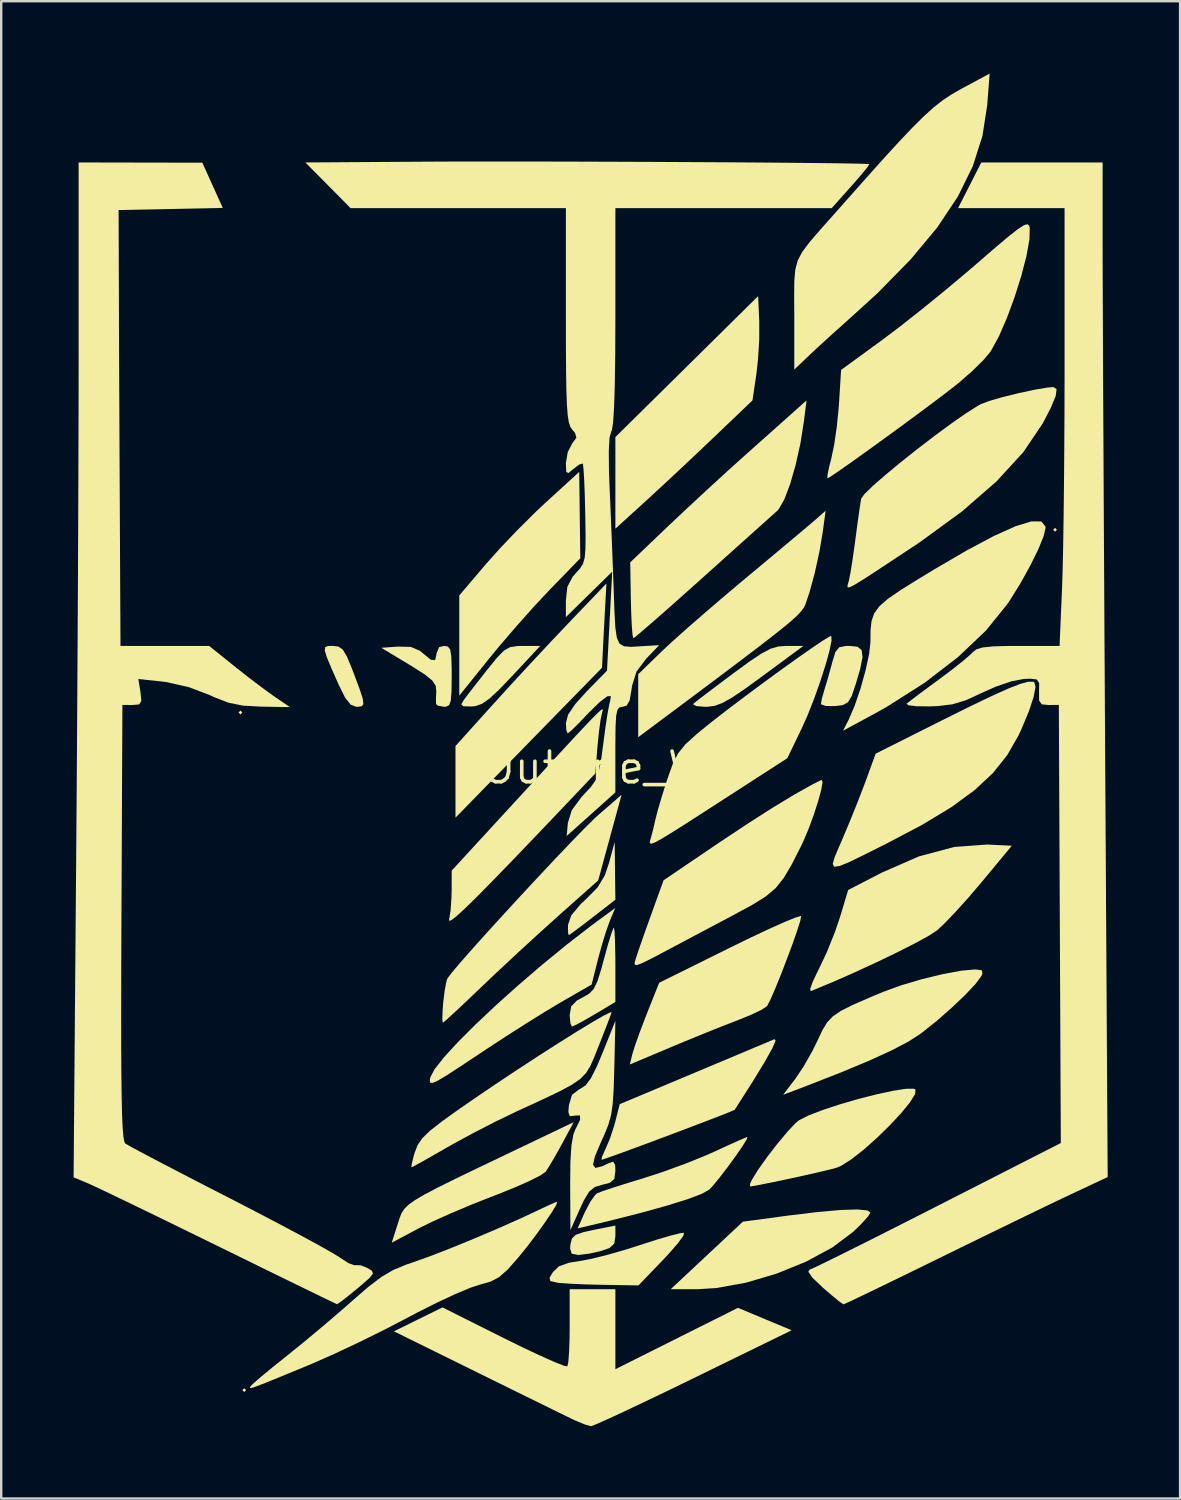
<source format=kicad_pcb>
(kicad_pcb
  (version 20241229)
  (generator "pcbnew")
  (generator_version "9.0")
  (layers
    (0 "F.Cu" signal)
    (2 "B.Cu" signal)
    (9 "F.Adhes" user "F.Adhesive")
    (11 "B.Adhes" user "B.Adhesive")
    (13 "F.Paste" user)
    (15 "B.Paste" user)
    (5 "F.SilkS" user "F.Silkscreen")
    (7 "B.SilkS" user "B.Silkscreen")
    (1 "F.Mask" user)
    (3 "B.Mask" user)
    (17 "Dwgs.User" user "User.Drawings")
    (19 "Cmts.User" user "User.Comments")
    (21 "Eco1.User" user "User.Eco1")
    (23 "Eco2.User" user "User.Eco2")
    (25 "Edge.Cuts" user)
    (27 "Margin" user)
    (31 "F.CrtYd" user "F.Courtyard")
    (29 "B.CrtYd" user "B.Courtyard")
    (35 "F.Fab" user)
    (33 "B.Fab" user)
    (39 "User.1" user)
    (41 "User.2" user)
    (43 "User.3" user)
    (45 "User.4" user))
  (footprint "Outline_W"
    (layer "F.Cu")
    (at 21.507 28.767)
    (property "Reference" "Outline_W" (at 0 0 0) (layer "F.SilkS") (effects (font (size 1.27 1.27) (thickness 0.15))))
    (attr board_only exclude_from_pos_files exclude_from_bom)
    (fp_poly (pts (xy -14.514 -2.288) (xy -14.593 -2.209) (xy -14.672 -2.288) (xy -14.593 -2.366)) (stroke (width 0) (type solid)) (fill yes) (layer "F.SilkS"))
    (fp_poly (pts (xy -14.357 25.794) (xy -14.435 25.873) (xy -14.514 25.794) (xy -14.435 25.716)) (stroke (width 0) (type solid)) (fill yes) (layer "F.SilkS"))
    (fp_poly (pts (xy 19.247 -9.86) (xy 19.168 -9.781) (xy 19.089 -9.86) (xy 19.168 -9.939)) (stroke (width 0) (type solid)) (fill yes) (layer "F.SilkS"))
    (fp_poly (pts (xy 0.525 -6.697) (xy 0.487 -6.002) (xy 0.45 -5.281) (xy 0.433 -4.951) (xy 0.394 -4.144) (xy -2.643 -1.037) (xy -5.68 2.071) (xy -5.68 0.586) (xy -5.68 -0.898) (xy -4.13 -2.618) (xy -3.39 -3.431) (xy -2.543 -4.348) (xy -1.696 -5.254) (xy -1.001 -5.987) (xy 0.577 -7.635)) (stroke (width 0) (type solid)) (fill yes) (layer "F.SilkS"))
    (fp_poly (pts (xy 0.947 19.419) (xy 0.899 19.728) (xy 0.699 19.909) (xy 0.355 20.028) (xy -0.136 20.138) (xy -0.559 20.192) (xy -0.602 20.193) (xy -0.863 20.141) (xy -0.93 19.919) (xy -0.918 19.766) (xy -0.857 19.517) (xy -0.696 19.359) (xy -0.357 19.242) (xy 0.039 19.156) (xy 0.947 18.976)) (stroke (width 0) (type solid)) (fill yes) (layer "F.SilkS"))
    (fp_poly (pts (xy -0.53 -10.469) (xy -0.507 -8.68) (xy -1.773 -7.377) (xy -2.419 -6.687) (xy -3.151 -5.867) (xy -3.863 -5.037) (xy -4.28 -4.53) (xy -5.522 -2.987) (xy -5.522 -5.063) (xy -5.522 -7.14) (xy -4.425 -8.431) (xy -3.82 -9.108) (xy -3.088 -9.874) (xy -2.342 -10.614) (xy -1.94 -10.991) (xy -0.552 -12.259)) (stroke (width 0) (type solid)) (fill yes) (layer "F.SilkS"))
    (fp_poly (pts (xy 0.932 4.274) (xy 0.947 5.471) (xy -0.000212 6.206) (xy -0.457 6.557) (xy -0.806 6.817) (xy -0.983 6.938) (xy -0.991 6.942) (xy -1.018 6.806) (xy -1.017 6.516) (xy -0.881 6.119) (xy -0.489 5.65) (xy -0.274 5.451) (xy 0.21 4.961) (xy 0.508 4.465) (xy 0.684 3.944) (xy 0.918 3.076)) (stroke (width 0) (type solid)) (fill yes) (layer "F.SilkS"))
    (fp_poly (pts (xy 6.91 -18.501) (xy 6.91 -17.761) (xy 6.859 -16.923) (xy 6.794 -16.34) (xy 6.63 -15.224) (xy 5.011 -13.677) (xy 4.286 -12.989) (xy 3.51 -12.258) (xy 2.773 -11.573) (xy 2.171 -11.019) (xy 2.169 -11.017) (xy 0.947 -9.906) (xy 0.947 -11.804) (xy 0.947 -13.702) (xy 3.905 -16.623) (xy 6.863 -19.545)) (stroke (width 0) (type solid)) (fill yes) (layer "F.SilkS"))
    (fp_poly (pts (xy 11.388 18.347) (xy 11.517 18.438) (xy 11.409 18.61) (xy 11.128 18.918) (xy 10.792 19.244) (xy 9.936 19.885) (xy 8.854 20.469) (xy 7.634 20.966) (xy 6.363 21.342) (xy 5.131 21.565) (xy 4.344 21.614) (xy 3.239 21.614) (xy 4.735 20.214) (xy 6.232 18.814) (xy 8.146 18.557) (xy 9.328 18.414) (xy 10.275 18.331) (xy 10.968 18.308)) (stroke (width 0) (type solid)) (fill yes) (layer "F.SilkS"))
    (fp_poly (pts (xy -3.331 -3.8) (xy -3.878 -3.229) (xy -4.277 -2.859) (xy -4.582 -2.648) (xy -4.848 -2.554) (xy -5.018 -2.538) (xy -5.358 -2.546) (xy -5.439 -2.628) (xy -5.333 -2.81) (xy -5.138 -3.069) (xy -4.812 -3.49) (xy -4.419 -3.991) (xy -4.355 -4.072) (xy -3.956 -4.562) (xy -3.67 -4.853) (xy -3.418 -4.996) (xy -3.12 -5.044) (xy -2.874 -5.048) (xy -2.167 -5.048)) (stroke (width 0) (type solid)) (fill yes) (layer "F.SilkS"))
    (fp_poly (pts (xy -10.53 -5.021) (xy -10.354 -4.898) (xy -10.184 -4.617) (xy -9.976 -4.119) (xy -9.894 -3.905) (xy -9.654 -3.262) (xy -9.522 -2.858) (xy -9.495 -2.637) (xy -9.568 -2.545) (xy -9.737 -2.524) (xy -9.79 -2.524) (xy -10.021 -2.61) (xy -10.252 -2.9) (xy -10.517 -3.431) (xy -10.827 -4.133) (xy -11.019 -4.595) (xy -11.099 -4.868) (xy -11.076 -5.001) (xy -10.956 -5.045) (xy -10.761 -5.048)) (stroke (width 0) (type solid)) (fill yes) (layer "F.SilkS"))
    (fp_poly (pts (xy 7.03 -3.786) (xy 6.309 -3.262) (xy 5.779 -2.904) (xy 5.383 -2.682) (xy 5.067 -2.566) (xy 4.773 -2.526) (xy 4.68 -2.524) (xy 4.308 -2.552) (xy 4.169 -2.625) (xy 4.189 -2.66) (xy 4.368 -2.804) (xy 4.746 -3.092) (xy 5.265 -3.484) (xy 5.851 -3.922) (xy 6.521 -4.412) (xy 7.009 -4.736) (xy 7.377 -4.929) (xy 7.69 -5.022) (xy 8.012 -5.048) (xy 8.051 -5.048) (xy 8.739 -5.048)) (stroke (width 0) (type solid)) (fill yes) (layer "F.SilkS"))
    (fp_poly (pts (xy 10.979 -5.013) (xy 11.154 -4.875) (xy 11.19 -4.584) (xy 11.093 -4.092) (xy 10.911 -3.471) (xy 10.745 -2.98) (xy 10.591 -2.714) (xy 10.378 -2.598) (xy 10.053 -2.554) (xy 9.675 -2.557) (xy 9.475 -2.624) (xy 9.466 -2.649) (xy 9.511 -2.891) (xy 9.616 -3.25) (xy 9.754 -3.705) (xy 9.906 -4.256) (xy 9.937 -4.378) (xy 10.066 -4.797) (xy 10.225 -4.991) (xy 10.506 -5.046) (xy 10.655 -5.048)) (stroke (width 0) (type solid)) (fill yes) (layer "F.SilkS"))
    (fp_poly (pts (xy 0.91 6.773) (xy 0.931 7.167) (xy 0.944 7.742) (xy 0.947 8.167) (xy 0.947 9.708) (xy 0.094 10.218) (xy -0.364 10.483) (xy -0.708 10.668) (xy -0.853 10.728) (xy -0.919 10.591) (xy -0.947 10.259) (xy -0.947 10.252) (xy -0.885 9.892) (xy -0.644 9.646) (xy -0.413 9.522) (xy -0.145 9.371) (xy 0.046 9.174) (xy 0.201 8.858) (xy 0.361 8.35) (xy 0.47 7.947) (xy 0.633 7.354) (xy 0.772 6.899) (xy 0.863 6.652) (xy 0.883 6.626)) (stroke (width 0) (type solid)) (fill yes) (layer "F.SilkS"))
    (fp_poly (pts (xy 3.761 19.403) (xy 3.544 19.701) (xy 3.183 20.118) (xy 2.927 20.392) (xy 1.904 21.456) (xy 0.439 21.432) (xy -0.262 21.415) (xy -0.889 21.388) (xy -1.342 21.357) (xy -1.456 21.343) (xy -1.752 21.275) (xy -1.78 21.136) (xy -1.649 20.915) (xy -1.396 20.667) (xy -0.982 20.518) (xy -0.578 20.454) (xy -0.076 20.361) (xy 0.619 20.189) (xy 1.401 19.964) (xy 1.946 19.79) (xy 2.636 19.568) (xy 3.219 19.396) (xy 3.629 19.294) (xy 3.794 19.276)) (stroke (width 0) (type solid)) (fill yes) (layer "F.SilkS"))
    (fp_poly (pts (xy -1.264 15.588) (xy -1.549 16.101) (xy -1.802 16.529) (xy -1.946 16.748) (xy -2.162 16.899) (xy -2.614 17.127) (xy -3.238 17.403) (xy -3.972 17.698) (xy -4.109 17.75) (xy -4.972 18.089) (xy -5.85 18.458) (xy -6.635 18.811) (xy -7.198 19.088) (xy -8.321 19.686) (xy -8.07 18.899) (xy -7.995 18.664) (xy -7.918 18.469) (xy -7.808 18.293) (xy -7.634 18.118) (xy -7.366 17.925) (xy -6.974 17.694) (xy -6.428 17.407) (xy -5.697 17.045) (xy -4.751 16.588) (xy -3.559 16.018) (xy -3.19 15.842) (xy -0.78 14.69)) (stroke (width 0) (type solid)) (fill yes) (layer "F.SilkS"))
    (fp_poly (pts (xy 16.434 3.188) (xy 17.376 3.234) (xy 16.128 4.74) (xy 15.584 5.378) (xy 15.047 5.974) (xy 14.583 6.458) (xy 14.279 6.742) (xy 13.948 6.958) (xy 13.385 7.268) (xy 12.647 7.642) (xy 11.795 8.053) (xy 10.885 8.473) (xy 9.977 8.873) (xy 9.129 9.225) (xy 9.044 9.259) (xy 9.02 9.171) (xy 9.127 8.868) (xy 9.343 8.414) (xy 9.385 8.334) (xy 9.716 7.633) (xy 10.042 6.822) (xy 10.253 6.202) (xy 10.595 5.068) (xy 11.984 4.35) (xy 13.531 3.674) (xy 14.993 3.284) (xy 16.355 3.184)) (stroke (width 0) (type solid)) (fill yes) (layer "F.SilkS"))
    (fp_poly (pts (xy 0.714 6.355) (xy 0.556 6.797) (xy 0.371 7.404) (xy 0.226 7.941) (xy -0.037 8.986) (xy -1.32 9.725) (xy -1.922 10.085) (xy -2.699 10.568) (xy -3.563 11.119) (xy -4.428 11.684) (xy -4.715 11.875) (xy -5.5 12.397) (xy -6.059 12.759) (xy -6.427 12.977) (xy -6.641 13.068) (xy -6.735 13.05) (xy -6.744 12.939) (xy -6.724 12.835) (xy -6.549 12.5) (xy -6.157 12.002) (xy -5.58 11.373) (xy -4.851 10.644) (xy -4.003 9.845) (xy -3.068 9.007) (xy -2.08 8.16) (xy -1.072 7.335) (xy -0.075 6.562) (xy 0.273 6.304) (xy 0.94 5.815)) (stroke (width 0) (type solid)) (fill yes) (layer "F.SilkS"))
    (fp_poly (pts (xy -5.996 -5.022) (xy -5.901 -4.901) (xy -5.854 -4.621) (xy -5.838 -4.119) (xy -5.837 -3.786) (xy -5.844 -3.157) (xy -5.874 -2.781) (xy -5.944 -2.592) (xy -6.07 -2.529) (xy -6.153 -2.524) (xy -6.417 -2.574) (xy -6.485 -2.643) (xy -6.489 -2.876) (xy -6.476 -3.171) (xy -6.5 -3.397) (xy -6.638 -3.609) (xy -6.941 -3.857) (xy -7.462 -4.19) (xy -7.603 -4.275) (xy -8.756 -4.97) (xy -8.067 -5.019) (xy -7.53 -5.006) (xy -7.157 -4.847) (xy -7.031 -4.743) (xy -6.701 -4.475) (xy -6.525 -4.459) (xy -6.469 -4.693) (xy -6.468 -4.733) (xy -6.357 -4.997) (xy -6.153 -5.048)) (stroke (width 0) (type solid)) (fill yes) (layer "F.SilkS"))
    (fp_poly (pts (xy 0.427 -2.39) (xy 0.405 -2.307) (xy 0.398 -2.288) (xy 0.332 -1.974) (xy 0.262 -1.459) (xy 0.204 -0.868) (xy 0.116 0.237) (xy -1.082 1.499) (xy -2.299 2.777) (xy -3.314 3.837) (xy -4.143 4.691) (xy -4.797 5.354) (xy -5.29 5.837) (xy -5.637 6.155) (xy -5.849 6.319) (xy -5.941 6.345) (xy -5.942 6.291) (xy -5.883 5.914) (xy -5.846 5.379) (xy -5.839 5.091) (xy -5.837 4.265) (xy -3.26 1.462) (xy -2.264 0.379) (xy -1.461 -0.493) (xy -0.831 -1.173) (xy -0.355 -1.683) (xy -0.012 -2.042) (xy 0.218 -2.272) (xy 0.354 -2.393) (xy 0.417 -2.426)) (stroke (width 0) (type solid)) (fill yes) (layer "F.SilkS"))
    (fp_poly (pts (xy 6.384 15.416) (xy 6.2 15.709) (xy 5.919 16.115) (xy 5.589 16.567) (xy 5.259 16.997) (xy 4.978 17.338) (xy 4.841 17.484) (xy 4.532 17.659) (xy 3.935 17.884) (xy 3.075 18.152) (xy 1.975 18.457) (xy 0.657 18.79) (xy -0.19 18.992) (xy -0.617 19.092) (xy -0.317 18.42) (xy -0.095 17.993) (xy 0.117 17.697) (xy 0.188 17.638) (xy 0.418 17.549) (xy 0.878 17.396) (xy 1.497 17.2) (xy 2.051 17.032) (xy 2.92 16.749) (xy 3.854 16.409) (xy 4.703 16.066) (xy 5.031 15.92) (xy 5.616 15.651) (xy 6.084 15.441) (xy 6.368 15.32) (xy 6.421 15.303)) (stroke (width 0) (type solid)) (fill yes) (layer "F.SilkS"))
    (fp_poly (pts (xy 0.719 2.898) (xy 0.235 4.671) (xy -1.421 6.144) (xy -2.214 6.859) (xy -3.103 7.675) (xy -3.97 8.484) (xy -4.612 9.094) (xy -5.178 9.634) (xy -5.659 10.086) (xy -6.011 10.409) (xy -6.192 10.563) (xy -6.205 10.57) (xy -6.225 10.429) (xy -6.214 10.065) (xy -6.189 9.742) (xy -6.128 9.238) (xy -6.055 8.856) (xy -6.015 8.736) (xy -5.846 8.51) (xy -5.495 8.094) (xy -4.996 7.526) (xy -4.384 6.845) (xy -3.696 6.089) (xy -2.966 5.295) (xy -2.229 4.503) (xy -1.521 3.749) (xy -0.877 3.073) (xy -0.331 2.512) (xy 0.08 2.105) (xy 0.256 1.943) (xy 1.203 1.125)) (stroke (width 0) (type solid)) (fill yes) (layer "F.SilkS"))
    (fp_poly (pts (xy 7.587 11.315) (xy 7.452 11.628) (xy 7.137 12.192) (xy 6.639 13.007) (xy 5.957 14.076) (xy 5.893 14.176) (xy 5.744 14.243) (xy 5.355 14.398) (xy 4.783 14.62) (xy 4.084 14.886) (xy 3.316 15.177) (xy 2.534 15.47) (xy 1.796 15.744) (xy 1.158 15.978) (xy 0.676 16.151) (xy 0.407 16.241) (xy 0.373 16.25) (xy 0.391 16.129) (xy 0.523 15.833) (xy 0.54 15.8) (xy 0.727 15.356) (xy 0.908 14.803) (xy 0.949 14.647) (xy 1.126 13.944) (xy 4.231 12.642) (xy 5.162 12.251) (xy 6.001 11.899) (xy 6.701 11.604) (xy 7.218 11.387) (xy 7.505 11.266) (xy 7.541 11.25)) (stroke (width 0) (type solid)) (fill yes) (layer "F.SilkS"))
    (fp_poly (pts (xy 8.647 6.153) (xy 8.611 6.344) (xy 8.482 6.754) (xy 8.285 7.315) (xy 8.047 7.954) (xy 7.797 8.6) (xy 7.56 9.184) (xy 7.363 9.633) (xy 7.234 9.878) (xy 7.229 9.884) (xy 7.018 10.026) (xy 6.598 10.229) (xy 6.057 10.45) (xy 6.028 10.461) (xy 5.431 10.692) (xy 4.658 11.001) (xy 3.824 11.342) (xy 3.257 11.579) (xy 1.545 12.3) (xy 1.651 11.869) (xy 1.758 11.523) (xy 1.949 10.986) (xy 2.188 10.357) (xy 2.259 10.176) (xy 2.761 8.914) (xy 5.68 7.467) (xy 6.555 7.04) (xy 7.33 6.676) (xy 7.963 6.393) (xy 8.411 6.211) (xy 8.631 6.147)) (stroke (width 0) (type solid)) (fill yes) (layer "F.SilkS"))
    (fp_poly (pts (xy 9.543 -9.781) (xy 9.403 -8.951) (xy 9.21 -8.071) (xy 8.992 -7.268) (xy 8.816 -6.751) (xy 8.75 -6.621) (xy 8.64 -6.473) (xy 8.461 -6.286) (xy 8.189 -6.042) (xy 7.799 -5.721) (xy 7.268 -5.304) (xy 6.572 -4.77) (xy 5.686 -4.1) (xy 4.586 -3.275) (xy 3.747 -2.648) (xy 1.893 -1.264) (xy 1.893 -2.569) (xy 1.893 -3.874) (xy 2.879 -4.832) (xy 3.314 -5.237) (xy 3.936 -5.792) (xy 4.687 -6.446) (xy 5.51 -7.151) (xy 6.349 -7.857) (xy 6.389 -7.89) (xy 7.172 -8.542) (xy 7.893 -9.145) (xy 8.51 -9.661) (xy 8.978 -10.056) (xy 9.256 -10.293) (xy 9.286 -10.32) (xy 9.659 -10.649)) (stroke (width 0) (type solid)) (fill yes) (layer "F.SilkS"))
    (fp_poly (pts (xy 16.134 8.395) (xy 16.159 8.539) (xy 16.108 8.647) (xy 15.865 8.972) (xy 15.433 9.429) (xy 14.877 9.957) (xy 14.26 10.497) (xy 13.644 10.989) (xy 13.582 11.035) (xy 13.083 11.356) (xy 12.383 11.722) (xy 11.459 12.144) (xy 10.286 12.633) (xy 8.842 13.198) (xy 8.328 13.394) (xy 7.9 13.556) (xy 8.407 12.891) (xy 8.756 12.369) (xy 9.122 11.722) (xy 9.342 11.272) (xy 9.534 10.865) (xy 9.722 10.555) (xy 9.961 10.304) (xy 10.302 10.073) (xy 10.798 9.824) (xy 11.503 9.517) (xy 12.042 9.291) (xy 12.785 9.02) (xy 13.641 8.767) (xy 14.509 8.556) (xy 15.286 8.412) (xy 15.854 8.361)) (stroke (width 0) (type solid)) (fill yes) (layer "F.SilkS"))
    (fp_poly (pts (xy 9.534 0.595) (xy 9.48 0.911) (xy 9.352 1.385) (xy 9.171 1.947) (xy 8.957 2.529) (xy 8.731 3.064) (xy 8.65 3.234) (xy 8.256 4.01) (xy 7.925 4.571) (xy 7.59 4.989) (xy 7.18 5.336) (xy 6.626 5.681) (xy 5.865 6.094) (xy 5.063 6.519) (xy 4.225 6.963) (xy 3.469 7.365) (xy 3.038 7.595) (xy 2.428 7.916) (xy 2.045 8.105) (xy 1.837 8.181) (xy 1.754 8.164) (xy 1.744 8.085) (xy 1.798 7.897) (xy 1.938 7.478) (xy 2.142 6.893) (xy 2.348 6.317) (xy 2.943 4.667) (xy 5.218 3.124) (xy 6.38 2.352) (xy 7.448 1.669) (xy 8.378 1.105) (xy 9.128 0.685) (xy 9.492 0.504)) (stroke (width 0) (type solid)) (fill yes) (layer "F.SilkS"))
    (fp_poly (pts (xy 16.359 -27.479) (xy 16.162 -26.192) (xy 15.761 -24.93) (xy 15.141 -23.671) (xy 14.287 -22.39) (xy 13.182 -21.063) (xy 11.812 -19.667) (xy 10.411 -18.394) (xy 9.865 -17.908) (xy 9.282 -17.374) (xy 9.032 -17.139) (xy 8.361 -16.5) (xy 8.361 -18.758) (xy 8.357 -19.575) (xy 8.362 -20.182) (xy 8.402 -20.643) (xy 8.504 -21.022) (xy 8.694 -21.382) (xy 8.999 -21.787) (xy 9.444 -22.302) (xy 10.057 -22.991) (xy 10.156 -23.102) (xy 11.176 -24.253) (xy 12.016 -25.193) (xy 12.706 -25.947) (xy 13.271 -26.543) (xy 13.74 -27.007) (xy 14.139 -27.367) (xy 14.497 -27.649) (xy 14.84 -27.88) (xy 15.196 -28.087) (xy 15.291 -28.139) (xy 16.458 -28.767)) (stroke (width 0) (type solid)) (fill yes) (layer "F.SilkS"))
    (fp_poly (pts (xy 18.31 -3.544) (xy 18.358 -3.34) (xy 18.274 -2.911) (xy 18.074 -2.312) (xy 17.775 -1.596) (xy 17.651 -1.331) (xy 17.188 -0.522) (xy 16.593 0.223) (xy 15.831 0.934) (xy 14.867 1.638) (xy 13.667 2.364) (xy 12.196 3.139) (xy 12.171 3.151) (xy 11.279 3.599) (xy 10.642 3.909) (xy 10.229 4.078) (xy 10.011 4.103) (xy 9.956 3.981) (xy 10.034 3.708) (xy 10.215 3.281) (xy 10.359 2.951) (xy 10.682 2.182) (xy 11.016 1.349) (xy 11.297 0.617) (xy 11.326 0.537) (xy 11.734 -0.582) (xy 14.488 -1.965) (xy 15.64 -2.538) (xy 16.545 -2.972) (xy 17.23 -3.28) (xy 17.725 -3.473) (xy 18.06 -3.564) (xy 18.263 -3.564)) (stroke (width 0) (type solid)) (fill yes) (layer "F.SilkS"))
    (fp_poly (pts (xy 18.601 -10.205) (xy 18.769 -9.999) (xy 18.774 -9.935) (xy 18.692 -9.585) (xy 18.47 -9.042) (xy 18.142 -8.377) (xy 17.743 -7.657) (xy 17.308 -6.955) (xy 17.194 -6.784) (xy 16.307 -5.686) (xy 15.149 -4.586) (xy 13.764 -3.52) (xy 12.195 -2.522) (xy 11.62 -2.201) (xy 10.382 -1.534) (xy 10.616 -1.989) (xy 10.861 -2.559) (xy 11.105 -3.277) (xy 11.316 -4.033) (xy 11.464 -4.717) (xy 11.517 -5.203) (xy 11.522 -5.693) (xy 11.563 -6.078) (xy 11.673 -6.397) (xy 11.889 -6.691) (xy 12.245 -7.001) (xy 12.778 -7.368) (xy 13.523 -7.831) (xy 14.131 -8.2) (xy 15.509 -9.006) (xy 16.645 -9.61) (xy 17.539 -10.011) (xy 18.191 -10.209)) (stroke (width 0) (type solid)) (fill yes) (layer "F.SilkS"))
    (fp_poly (pts (xy 13.385 13.332) (xy 13.37 13.524) (xy 13.157 13.868) (xy 12.791 14.316) (xy 12.32 14.822) (xy 11.789 15.34) (xy 11.246 15.823) (xy 10.737 16.224) (xy 10.308 16.497) (xy 10.146 16.569) (xy 9.865 16.646) (xy 9.374 16.763) (xy 8.753 16.904) (xy 8.084 17.05) (xy 7.447 17.184) (xy 6.921 17.289) (xy 6.588 17.348) (xy 6.524 17.354) (xy 6.532 17.239) (xy 6.607 17.074) (xy 6.867 16.655) (xy 7.239 16.132) (xy 7.661 15.586) (xy 8.07 15.095) (xy 8.406 14.737) (xy 8.553 14.614) (xy 8.959 14.409) (xy 9.549 14.182) (xy 10.258 13.949) (xy 11.022 13.728) (xy 11.775 13.536) (xy 12.452 13.39) (xy 12.989 13.307) (xy 13.321 13.304)) (stroke (width 0) (type solid)) (fill yes) (layer "F.SilkS"))
    (fp_poly (pts (xy 8.761 -14.357) (xy 8.616 -13.44) (xy 8.418 -12.55) (xy 8.189 -11.753) (xy 7.948 -11.117) (xy 7.714 -10.71) (xy 7.657 -10.649) (xy 7.441 -10.456) (xy 7.028 -10.086) (xy 6.457 -9.573) (xy 5.765 -8.953) (xy 4.991 -8.258) (xy 4.535 -7.849) (xy 3.752 -7.149) (xy 3.049 -6.526) (xy 2.459 -6.008) (xy 2.015 -5.625) (xy 1.751 -5.405) (xy 1.692 -5.364) (xy 1.657 -5.511) (xy 1.626 -5.906) (xy 1.6 -6.483) (xy 1.589 -6.937) (xy 1.562 -8.51) (xy 3.108 -9.987) (xy 3.868 -10.703) (xy 4.748 -11.52) (xy 5.633 -12.33) (xy 6.311 -12.94) (xy 6.954 -13.514) (xy 7.552 -14.047) (xy 8.044 -14.486) (xy 8.373 -14.78) (xy 8.418 -14.82) (xy 8.869 -15.224)) (stroke (width 0) (type solid)) (fill yes) (layer "F.SilkS"))
    (fp_poly (pts (xy 0.734 10.3) (xy 0.588 10.685) (xy 0.377 11.225) (xy 0.258 11.526) (xy 0.069 12.001) (xy -0.092 12.366) (xy -0.27 12.653) (xy -0.506 12.897) (xy -0.844 13.133) (xy -1.327 13.394) (xy -1.998 13.716) (xy -2.9 14.132) (xy -3.155 14.249) (xy -4.002 14.658) (xy -4.944 15.142) (xy -5.816 15.615) (xy -6.057 15.753) (xy -6.644 16.09) (xy -7.12 16.359) (xy -7.426 16.527) (xy -7.506 16.565) (xy -7.495 16.431) (xy -7.411 16.095) (xy -7.365 15.939) (xy -7.247 15.636) (xy -7.056 15.357) (xy -6.742 15.051) (xy -6.254 14.669) (xy -5.68 14.255) (xy -4.877 13.698) (xy -4.009 13.109) (xy -3.112 12.513) (xy -2.225 11.934) (xy -1.385 11.397) (xy -0.632 10.924) (xy -0.001 10.541) (xy 0.468 10.272) (xy 0.738 10.14) (xy 0.789 10.139)) (stroke (width 0) (type solid)) (fill yes) (layer "F.SilkS"))
    (fp_poly (pts (xy 0.947 23.271) (xy 0.947 24.929) (xy 3.486 23.657) (xy 6.026 22.385) (xy 7.139 22.85) (xy 8.253 23.315) (xy 4.182 25.304) (xy 3.131 25.815) (xy 2.168 26.276) (xy 1.332 26.672) (xy 0.659 26.984) (xy 0.186 27.195) (xy -0.048 27.287) (xy -0.063 27.29) (xy -0.309 27.223) (xy -0.697 27.064) (xy -0.789 27.021) (xy -1.084 26.878) (xy -1.616 26.618) (xy -2.336 26.264) (xy -3.198 25.84) (xy -4.155 25.369) (xy -4.786 25.058) (xy -8.231 23.359) (xy -7.225 22.863) (xy -6.219 22.367) (xy -3.68 23.639) (xy -2.862 24.041) (xy -2.143 24.379) (xy -1.569 24.634) (xy -1.187 24.785) (xy -1.044 24.813) (xy -1.002 24.624) (xy -0.97 24.191) (xy -0.95 23.59) (xy -0.947 23.165) (xy -0.947 21.614) (xy 0 21.614) (xy 0.947 21.614)) (stroke (width 0) (type solid)) (fill yes) (layer "F.SilkS"))
    (fp_poly (pts (xy 9.905 -5.26) (xy 9.817 -4.833) (xy 9.653 -4.244) (xy 9.433 -3.56) (xy 9.179 -2.846) (xy 8.911 -2.168) (xy 8.683 -1.657) (xy 8.074 -0.394) (xy 5.654 1.168) (xy 4.623 1.834) (xy 3.827 2.346) (xy 3.239 2.718) (xy 2.829 2.966) (xy 2.568 3.105) (xy 2.426 3.152) (xy 2.374 3.121) (xy 2.383 3.029) (xy 2.424 2.89) (xy 2.427 2.879) (xy 2.52 2.523) (xy 2.61 2.13) (xy 2.708 1.749) (xy 2.874 1.185) (xy 3.075 0.55) (xy 3.1 0.473) (xy 3.325 -0.156) (xy 3.549 -0.6) (xy 3.852 -0.973) (xy 4.311 -1.388) (xy 4.467 -1.518) (xy 4.982 -1.933) (xy 5.618 -2.426) (xy 6.333 -2.966) (xy 7.082 -3.522) (xy 7.823 -4.063) (xy 8.512 -4.557) (xy 9.106 -4.972) (xy 9.561 -5.278) (xy 9.836 -5.443) (xy 9.895 -5.461)) (stroke (width 0) (type solid)) (fill yes) (layer "F.SilkS"))
    (fp_poly (pts (xy 19.232 -15.687) (xy 19.196 -15.403) (xy 18.988 -14.903) (xy 18.656 -14.266) (xy 17.855 -13.078) (xy 16.739 -11.863) (xy 15.31 -10.619) (xy 13.567 -9.348) (xy 13.252 -9.138) (xy 12.331 -8.529) (xy 11.643 -8.075) (xy 11.155 -7.76) (xy 10.835 -7.566) (xy 10.652 -7.477) (xy 10.572 -7.475) (xy 10.565 -7.543) (xy 10.599 -7.665) (xy 10.622 -7.745) (xy 10.689 -8.075) (xy 10.776 -8.617) (xy 10.869 -9.27) (xy 10.895 -9.466) (xy 10.982 -10.126) (xy 11.063 -10.7) (xy 11.123 -11.089) (xy 11.135 -11.155) (xy 11.277 -11.35) (xy 11.629 -11.69) (xy 12.143 -12.138) (xy 12.77 -12.657) (xy 13.465 -13.209) (xy 14.179 -13.756) (xy 14.864 -14.26) (xy 15.473 -14.685) (xy 15.959 -14.993) (xy 16.098 -15.07) (xy 16.45 -15.202) (xy 17.007 -15.362) (xy 17.663 -15.524) (xy 18.311 -15.663) (xy 18.847 -15.754) (xy 19.103 -15.776)) (stroke (width 0) (type solid)) (fill yes) (layer "F.SilkS"))
    (fp_poly (pts (xy 0.902 12.463) (xy 0.877 13.31) (xy 0.837 13.926) (xy 0.769 14.394) (xy 0.656 14.799) (xy 0.484 15.225) (xy 0.357 15.5) (xy 0.101 16.102) (xy 0.02 16.458) (xy 0.121 16.589) (xy 0.411 16.515) (xy 0.641 16.402) (xy 0.855 16.326) (xy 0.936 16.459) (xy 0.947 16.71) (xy 0.903 17.042) (xy 0.711 17.207) (xy 0.413 17.282) (xy 0.094 17.377) (xy -0.14 17.569) (xy -0.36 17.934) (xy -0.519 18.275) (xy -0.918 19.168) (xy -0.926 17.275) (xy -0.917 16.326) (xy -0.874 15.648) (xy -0.794 15.198) (xy -0.71 14.988) (xy -0.515 14.591) (xy -0.52 14.41) (xy -0.729 14.417) (xy -0.757 14.425) (xy -0.945 14.441) (xy -1.001 14.272) (xy -0.98 13.988) (xy -0.851 13.558) (xy -0.554 13.329) (xy -0.523 13.317) (xy -0.291 13.168) (xy -0.064 12.865) (xy 0.192 12.352) (xy 0.41 11.832) (xy 0.948 10.491)) (stroke (width 0) (type solid)) (fill yes) (layer "F.SilkS"))
    (fp_poly (pts (xy 18.099 -22.462) (xy 18.12 -22.38) (xy 18.108 -21.898) (xy 17.984 -21.208) (xy 17.771 -20.385) (xy 17.493 -19.504) (xy 17.175 -18.642) (xy 16.841 -17.875) (xy 16.514 -17.277) (xy 16.483 -17.23) (xy 16.194 -16.887) (xy 15.738 -16.439) (xy 15.202 -15.971) (xy 15.064 -15.859) (xy 14.63 -15.522) (xy 14.053 -15.086) (xy 13.378 -14.584) (xy 12.651 -14.049) (xy 11.917 -13.515) (xy 11.222 -13.014) (xy 10.611 -12.578) (xy 10.129 -12.242) (xy 9.822 -12.037) (xy 9.734 -11.99) (xy 9.736 -12.127) (xy 9.81 -12.48) (xy 9.896 -12.818) (xy 10.013 -13.373) (xy 10.121 -14.106) (xy 10.199 -14.881) (xy 10.213 -15.066) (xy 10.302 -16.486) (xy 12.033 -17.748) (xy 12.768 -18.304) (xy 13.649 -18.999) (xy 14.587 -19.761) (xy 15.493 -20.52) (xy 15.914 -20.881) (xy 16.679 -21.543) (xy 17.241 -22.017) (xy 17.632 -22.324) (xy 17.884 -22.486) (xy 18.029 -22.525)) (stroke (width 0) (type solid)) (fill yes) (layer "F.SilkS"))
    (fp_poly (pts (xy -1.494 18.1) (xy -1.673 18.404) (xy -1.966 18.839) (xy -2.33 19.346) (xy -2.726 19.867) (xy -3.063 20.284) (xy -3.51 20.792) (xy -3.866 21.108) (xy -4.22 21.296) (xy -4.654 21.419) (xy -5.071 21.556) (xy -5.691 21.817) (xy -6.446 22.169) (xy -7.264 22.581) (xy -7.652 22.786) (xy -8.614 23.287) (xy -9.681 23.813) (xy -10.733 24.308) (xy -11.652 24.713) (xy -11.798 24.774) (xy -12.684 25.139) (xy -13.32 25.399) (xy -13.748 25.57) (xy -14.008 25.668) (xy -14.142 25.708) (xy -14.192 25.704) (xy -14.199 25.674) (xy -14.199 25.666) (xy -14.082 25.541) (xy -13.765 25.264) (xy -13.296 24.877) (xy -12.739 24.431) (xy -11.97 23.81) (xy -11.115 23.097) (xy -10.306 22.402) (xy -9.939 22.078) (xy -9.276 21.504) (xy -8.747 21.103) (xy -8.267 20.821) (xy -7.75 20.604) (xy -7.494 20.517) (xy -6.784 20.265) (xy -5.876 19.913) (xy -4.86 19.497) (xy -3.821 19.053) (xy -2.847 18.618) (xy -2.297 18.36) (xy -1.859 18.153) (xy -1.554 18.017) (xy -1.467 17.985)) (stroke (width 0) (type solid)) (fill yes) (layer "F.SilkS"))
    (fp_poly (pts (xy 21.14 -21.653) (xy 21.141 -21.028) (xy 21.144 -20.113) (xy 21.149 -18.933) (xy 21.155 -17.514) (xy 21.162 -15.882) (xy 21.171 -14.063) (xy 21.181 -12.081) (xy 21.192 -9.962) (xy 21.205 -7.732) (xy 21.217 -5.417) (xy 21.231 -3.041) (xy 21.245 -0.631) (xy 21.245 -0.629) (xy 21.35 16.964) (xy 19.786 17.699) (xy 19.21 17.972) (xy 18.409 18.357) (xy 17.442 18.825) (xy 16.367 19.348) (xy 15.243 19.897) (xy 14.342 20.339) (xy 13.323 20.838) (xy 12.399 21.288) (xy 11.608 21.671) (xy 10.987 21.97) (xy 10.571 22.166) (xy 10.399 22.241) (xy 10.397 22.241) (xy 10.255 22.144) (xy 9.946 21.892) (xy 9.547 21.55) (xy 9.113 21.137) (xy 8.943 20.888) (xy 8.995 20.804) (xy 9.185 20.721) (xy 9.623 20.511) (xy 10.276 20.189) (xy 11.109 19.774) (xy 12.091 19.28) (xy 13.188 18.725) (xy 14.318 18.15) (xy 19.408 15.554) (xy 19.367 6.476) (xy 19.326 -2.603) (xy 18.901 -2.598) (xy 18.618 -2.626) (xy 18.509 -2.783) (xy 18.506 -3.15) (xy 18.511 -3.502) (xy 18.415 -3.657) (xy 18.134 -3.688) (xy 17.886 -3.679) (xy 17.362 -3.582) (xy 16.693 -3.352) (xy 16.15 -3.108) (xy 15.479 -2.799) (xy 14.917 -2.628) (xy 14.312 -2.554) (xy 13.967 -2.541) (xy 13.43 -2.547) (xy 13.095 -2.586) (xy 13.016 -2.652) (xy 13.021 -2.656) (xy 13.21 -2.805) (xy 13.588 -3.09) (xy 14.089 -3.461) (xy 14.357 -3.657) (xy 14.905 -4.069) (xy 15.371 -4.439) (xy 15.684 -4.711) (xy 15.756 -4.785) (xy 15.911 -4.906) (xy 16.174 -4.985) (xy 16.606 -5.029) (xy 17.267 -5.047) (xy 17.664 -5.048) (xy 19.356 -5.048) (xy 19.459 -7.44) (xy 19.482 -8.133) (xy 19.503 -9.093) (xy 19.522 -10.267) (xy 19.538 -11.608) (xy 19.55 -13.064) (xy 19.559 -14.587) (xy 19.563 -16.125) (xy 19.563 -16.511) (xy 19.563 -23.191) (xy 17.356 -23.191) (xy 15.15 -23.191) (xy 15.631 -24.138) (xy 16.112 -25.084) (xy 18.626 -25.084) (xy 21.14 -25.084)) (stroke (width 0) (type solid)) (fill yes) (layer "F.SilkS"))
    (fp_poly (pts (xy -18.734 -25.079) (xy -16.171 -25.074) (xy -15.748 -24.137) (xy -15.325 -23.2) (xy -17.483 -23.156) (xy -19.642 -23.112) (xy -19.628 -19.168) (xy -19.624 -17.941) (xy -19.618 -16.486) (xy -19.611 -14.891) (xy -19.604 -13.243) (xy -19.596 -11.631) (xy -19.589 -10.141) (xy -19.589 -10.136) (xy -19.563 -5.048) (xy -17.726 -5.048) (xy -15.89 -5.048) (xy -14.847 -4.21) (xy -14.268 -3.753) (xy -13.692 -3.316) (xy -13.23 -2.98) (xy -13.173 -2.941) (xy -12.542 -2.511) (xy -13.725 -2.53) (xy -14.481 -2.572) (xy -15.082 -2.692) (xy -15.69 -2.927) (xy -15.855 -3.005) (xy -16.73 -3.338) (xy -17.652 -3.547) (xy -17.812 -3.568) (xy -18.823 -3.675) (xy -18.735 -3.134) (xy -18.698 -2.771) (xy -18.787 -2.624) (xy -19.061 -2.598) (xy -19.066 -2.598) (xy -19.484 -2.603) (xy -19.525 6.408) (xy -19.532 8.406) (xy -19.535 10.109) (xy -19.534 11.537) (xy -19.527 12.712) (xy -19.515 13.653) (xy -19.498 14.381) (xy -19.474 14.917) (xy -19.443 15.282) (xy -19.406 15.495) (xy -19.367 15.574) (xy -19.18 15.683) (xy -18.749 15.916) (xy -18.111 16.253) (xy -17.303 16.675) (xy -16.363 17.161) (xy -15.327 17.694) (xy -15.066 17.827) (xy -13.993 18.381) (xy -12.989 18.906) (xy -12.096 19.382) (xy -11.354 19.786) (xy -10.805 20.095) (xy -10.488 20.289) (xy -10.459 20.31) (xy -10.112 20.534) (xy -9.865 20.623) (xy -9.826 20.616) (xy -9.606 20.623) (xy -9.332 20.733) (xy -9.144 20.847) (xy -9.1 20.961) (xy -9.229 21.134) (xy -9.559 21.427) (xy -9.75 21.587) (xy -10.16 21.922) (xy -10.464 22.155) (xy -10.592 22.234) (xy -10.742 22.164) (xy -11.142 21.971) (xy -11.76 21.671) (xy -12.563 21.28) (xy -13.518 20.813) (xy -14.592 20.286) (xy -15.54 19.822) (xy -16.713 19.247) (xy -17.817 18.708) (xy -18.815 18.224) (xy -19.668 17.812) (xy -20.34 17.491) (xy -20.794 17.278) (xy -20.969 17.2) (xy -21.507 16.979) (xy -21.403 4.112) (xy -21.385 1.861) (xy -21.369 -0.493) (xy -21.354 -2.903) (xy -21.34 -5.32) (xy -21.327 -7.696) (xy -21.317 -9.984) (xy -21.309 -12.135) (xy -21.303 -14.101) (xy -21.299 -15.835) (xy -21.298 -16.92) (xy -21.298 -25.084)) (stroke (width 0) (type solid)) (fill yes) (layer "F.SilkS"))
    (fp_poly (pts (xy -2.065 -25.122) (xy -0.565 -25.118) (xy 0.976 -25.113) (xy 2.524 -25.107) (xy 4.048 -25.099) (xy 5.515 -25.091) (xy 6.893 -25.081) (xy 8.15 -25.071) (xy 9.252 -25.06) (xy 10.168 -25.049) (xy 10.866 -25.038) (xy 11.312 -25.026) (xy 11.475 -25.015) (xy 11.396 -24.892) (xy 11.154 -24.595) (xy 10.796 -24.182) (xy 10.713 -24.088) (xy 9.914 -23.191) (xy 5.43 -23.191) (xy 0.947 -23.191) (xy 0.947 -18.648) (xy 0.941 -17.117) (xy 0.923 -15.879) (xy 0.893 -14.94) (xy 0.852 -14.304) (xy 0.8 -13.977) (xy 0.779 -13.937) (xy 0.706 -13.688) (xy 0.673 -13.133) (xy 0.682 -12.282) (xy 0.702 -11.736) (xy 0.744 -10.765) (xy 0.791 -9.62) (xy 0.837 -8.445) (xy 0.877 -7.382) (xy 0.877 -7.375) (xy 0.91 -6.457) (xy 0.945 -5.808) (xy 1.007 -5.384) (xy 1.121 -5.139) (xy 1.31 -5.03) (xy 1.598 -5.009) (xy 2.01 -5.034) (xy 2.13 -5.041) (xy 2.761 -5.078) (xy 2.23 -4.524) (xy 1.827 -3.991) (xy 1.638 -3.398) (xy 1.618 -3.248) (xy 1.538 -2.787) (xy 1.411 -2.57) (xy 1.242 -2.524) (xy 1.113 -2.5) (xy 1.029 -2.391) (xy 0.979 -2.143) (xy 0.954 -1.704) (xy 0.947 -1.019) (xy 0.946 -0.749) (xy 0.946 1.025) (xy -0.063 1.928) (xy -1.072 2.831) (xy -1.021 2.283) (xy -0.859 1.759) (xy -0.447 1.204) (xy -0.353 1.105) (xy -0.061 0.79) (xy 0.132 0.509) (xy 0.26 0.172) (xy 0.354 -0.304) (xy 0.447 -1.009) (xy 0.447 -1.01) (xy 0.537 -1.686) (xy 0.625 -2.26) (xy 0.699 -2.648) (xy 0.726 -2.746) (xy 0.761 -2.969) (xy 0.614 -2.96) (xy 0.304 -2.728) (xy -0.148 -2.286) (xy -0.221 -2.209) (xy -0.6 -1.814) (xy -0.89 -1.531) (xy -1.031 -1.42) (xy -1.032 -1.42) (xy -1.085 -1.556) (xy -1.104 -1.849) (xy -1.013 -2.197) (xy -0.717 -2.637) (xy -0.252 -3.151) (xy 0.6 -4.023) (xy 0.708 -6.074) (xy 0.816 -8.125) (xy -0.144 -7.183) (xy -1.104 -6.242) (xy -1.104 -6.938) (xy -1.044 -7.494) (xy -0.824 -7.914) (xy -0.684 -8.073) (xy -0.512 -8.264) (xy -0.395 -8.452) (xy -0.326 -8.7) (xy -0.293 -9.07) (xy -0.288 -9.624) (xy -0.3 -10.425) (xy -0.302 -10.526) (xy -0.321 -11.289) (xy -0.346 -11.93) (xy -0.374 -12.387) (xy -0.402 -12.599) (xy -0.405 -12.606) (xy -0.555 -12.562) (xy -0.788 -12.385) (xy -1.003 -12.21) (xy -1.088 -12.256) (xy -1.104 -12.568) (xy -1.104 -12.624) (xy -1.027 -13.081) (xy -0.843 -13.437) (xy -0.669 -13.677) (xy -0.724 -13.873) (xy -0.843 -14.014) (xy -0.921 -14.13) (xy -0.981 -14.311) (xy -1.027 -14.594) (xy -1.06 -15.013) (xy -1.083 -15.604) (xy -1.096 -16.405) (xy -1.103 -17.45) (xy -1.104 -18.747) (xy -1.104 -23.191) (xy -5.566 -23.191) (xy -10.028 -23.191) (xy -10.965 -24.138) (xy -11.901 -25.084) (xy -7.016 -25.116) (xy -6 -25.121) (xy -4.815 -25.123) (xy -3.492 -25.123)) (stroke (width 0) (type solid)) (fill yes) (layer "F.SilkS")))
  (gr_rect
    (start -3 -3)
    (end 45.857 59.056)
    (stroke (width 0.1) (type default))
    (fill no)
    (layer "Edge.Cuts")))
</source>
